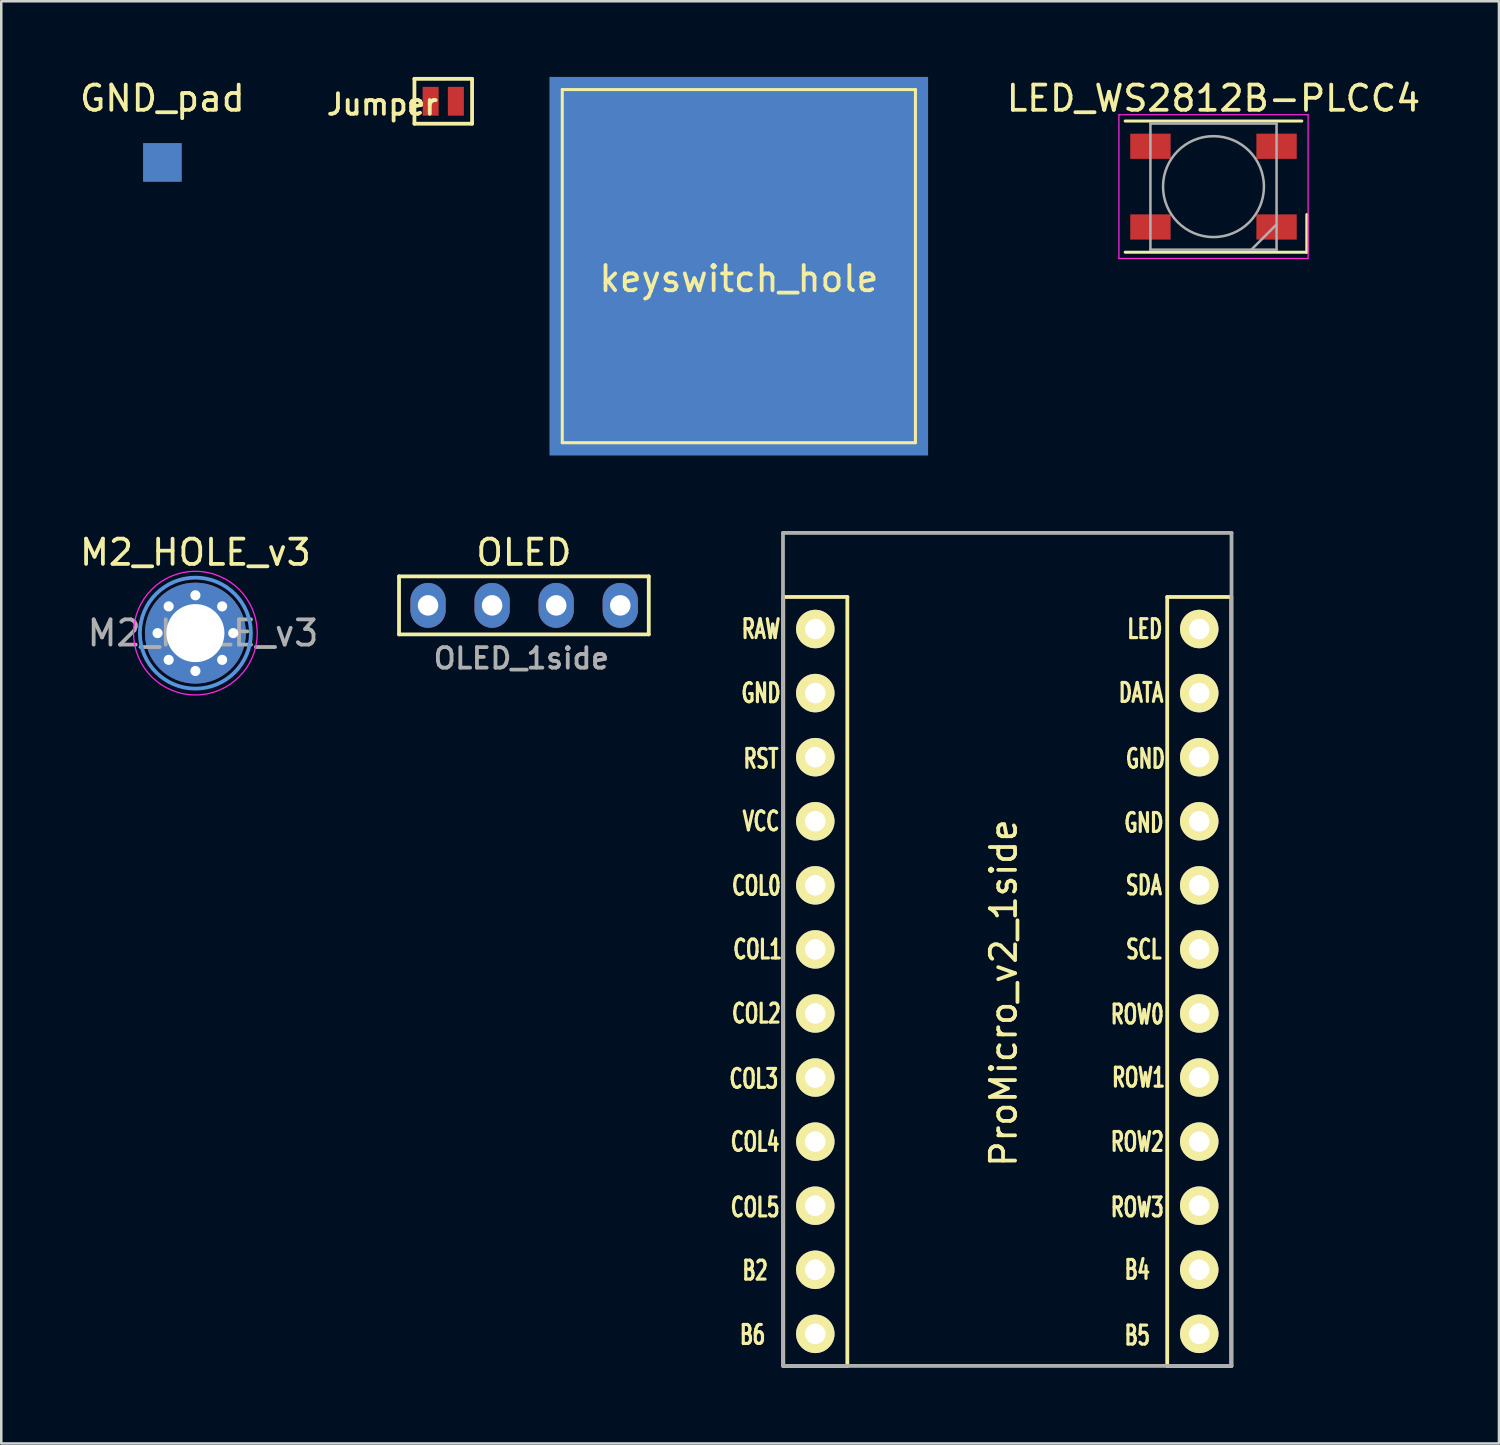
<source format=kicad_pcb>
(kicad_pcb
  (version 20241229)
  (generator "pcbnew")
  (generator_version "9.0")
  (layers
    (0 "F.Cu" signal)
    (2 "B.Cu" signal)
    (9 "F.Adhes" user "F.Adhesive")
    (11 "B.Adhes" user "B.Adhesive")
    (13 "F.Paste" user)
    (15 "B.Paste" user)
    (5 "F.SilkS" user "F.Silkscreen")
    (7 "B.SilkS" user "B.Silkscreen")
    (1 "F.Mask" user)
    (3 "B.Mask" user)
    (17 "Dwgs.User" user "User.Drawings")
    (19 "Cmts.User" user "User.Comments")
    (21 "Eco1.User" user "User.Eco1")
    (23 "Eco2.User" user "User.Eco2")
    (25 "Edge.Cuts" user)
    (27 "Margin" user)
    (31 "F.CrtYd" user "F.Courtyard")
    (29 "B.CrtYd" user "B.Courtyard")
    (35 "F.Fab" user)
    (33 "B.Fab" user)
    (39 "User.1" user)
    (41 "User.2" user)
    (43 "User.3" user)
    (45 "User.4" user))
  (footprint "keyswitch_hole"
    (layer "F.Cu")
    (at 26.239 7.5)
    (property "Reference" "keyswitch_hole" (at 0 0.5 0) (layer "F.SilkS") (effects (font (size 1 1) (thickness 0.15))))
    (attr through_hole)
    (fp_line (start -7 -7) (end -7 7) (stroke (width 0.12) (type solid)) (layer "F.SilkS"))
    (fp_line (start -7 -7) (end 7 -7) (stroke (width 0.12) (type solid)) (layer "F.SilkS"))
    (fp_line (start 7 7) (end -7 7) (stroke (width 0.12) (type solid)) (layer "F.SilkS"))
    (fp_line (start 7 7) (end 7 -7) (stroke (width 0.12) (type solid)) (layer "F.SilkS"))
    (pad "1" smd rect (at 0 0) (size 15 15) (layers "F.Cu" "F.Mask" "F.Paste"))
    (pad "2" smd rect (at 0 0) (size 15 15) (layers "B.Cu" "B.Mask" "B.Paste")))
  (footprint "GND_pad"
    (layer "F.Cu")
    (at 3.387 3.388)
    (property "Reference" "GND_pad" (at 0 -2.54 0) (layer "F.SilkS") (effects (font (size 1 1) (thickness 0.15))))
    (attr through_hole)
    (pad "1" smd rect (at 0 0) (size 1.524 1.524) (layers "F.Cu" "F.Mask" "F.Paste"))
    (pad "3" smd rect (at 0 0) (size 1.524 1.524) (layers "B.Cu" "B.Mask" "B.Paste")))
  (footprint "LED_WS2812B-PLCC4"
    (layer "F.Cu")
    (at 45.054 4.348)
    (property "Reference" "LED_WS2812B-PLCC4" (at 0 -3.5 0) (layer "F.SilkS") (effects (font (size 1 1) (thickness 0.15))))
    (attr smd)
    (fp_line (start -3.5 -2.6) (end 3.5 -2.6) (stroke (width 0.12) (type solid)) (layer "F.SilkS"))
    (fp_line (start -3.5 2.6) (end 3.7 2.6) (stroke (width 0.12) (type solid)) (layer "F.SilkS"))
    (fp_line (start 3.7 2.6) (end 3.7 1.107) (stroke (width 0.12) (type solid)) (layer "F.SilkS"))
    (fp_line (start -3.75 -2.85) (end -3.75 2.85) (stroke (width 0.05) (type solid)) (layer "F.CrtYd"))
    (fp_line (start -3.75 2.85) (end 3.75 2.85) (stroke (width 0.05) (type solid)) (layer "F.CrtYd"))
    (fp_line (start 3.75 -2.85) (end -3.75 -2.85) (stroke (width 0.05) (type solid)) (layer "F.CrtYd"))
    (fp_line (start 3.75 2.85) (end 3.75 -2.85) (stroke (width 0.05) (type solid)) (layer "F.CrtYd"))
    (fp_line (start -2.5 -2.5) (end -2.5 2.5) (stroke (width 0.1) (type solid)) (layer "F.Fab"))
    (fp_line (start -2.5 2.5) (end 2.5 2.5) (stroke (width 0.1) (type solid)) (layer "F.Fab"))
    (fp_line (start 2.5 -2.5) (end -2.5 -2.5) (stroke (width 0.1) (type solid)) (layer "F.Fab"))
    (fp_line (start 2.5 1.5) (end 1.5 2.5) (stroke (width 0.1) (type solid)) (layer "F.Fab"))
    (fp_line (start 2.5 2.5) (end 2.5 -2.5) (stroke (width 0.1) (type solid)) (layer "F.Fab"))
    (fp_circle (center 0 0) (end 0 -2) (stroke (width 0.1) (type solid)) (fill no) (layer "F.Fab"))
    (pad "1" smd rect (at -2.5 -1.6) (size 1.6 1) (layers "F.Cu" "F.Mask" "F.Paste"))
    (pad "2" smd rect (at -2.5 1.6) (size 1.6 1) (layers "F.Cu" "F.Mask" "F.Paste"))
    (pad "3" smd rect (at 2.5 1.6) (size 1.6 1) (layers "F.Cu" "F.Mask" "F.Paste"))
    (pad "4" smd rect (at 2.5 -1.6) (size 1.6 1) (layers "F.Cu" "F.Mask" "F.Paste")))
  (footprint "Jumper"
    (layer "F.Cu")
    (at 14.521 0.964)
    (property "Reference" "Jumper" (at -2.413 0.127 0) (layer "F.SilkS") (effects (font (size 0.813 0.813) (thickness 0.152))))
    (attr smd)
    (fp_line (start -1.143 -0.889) (end 1.143 -0.889) (stroke (width 0.15) (type solid)) (layer "F.SilkS"))
    (fp_line (start -1.143 0.889) (end -1.143 -0.889) (stroke (width 0.15) (type solid)) (layer "F.SilkS"))
    (fp_line (start 1.143 -0.889) (end 1.143 0.889) (stroke (width 0.15) (type solid)) (layer "F.SilkS"))
    (fp_line (start 1.143 0.889) (end -1.143 0.889) (stroke (width 0.15) (type solid)) (layer "F.SilkS"))
    (pad "1" smd rect (at -0.5 0) (size 0.635 1.143) (layers "F.Cu" "F.Mask" "F.Paste"))
    (pad "2" smd rect (at 0.5 0) (size 0.635 1.143) (layers "F.Cu" "F.Mask" "F.Paste")))
  (footprint "OLED_1side"
    (layer "F.Cu")
    (at 13.918 20.948)
    (property "Reference" "OLED_1side" (at 3.7 2.1 180) (layer "F.Fab") (effects (font (size 0.813 0.813) (thickness 0.15))))
    (attr through_hole)
    (fp_line (start -1.15 -1.15) (end 8.75 -1.15) (stroke (width 0.15) (type solid)) (layer "F.SilkS"))
    (fp_line (start -1.15 1.15) (end -1.15 -1.15) (stroke (width 0.15) (type solid)) (layer "F.SilkS"))
    (fp_line (start -1.15 1.15) (end 8.75 1.15) (stroke (width 0.15) (type solid)) (layer "F.SilkS"))
    (fp_line (start 8.75 -1.15) (end 8.75 1.15) (stroke (width 0.15) (type solid)) (layer "F.SilkS"))
    (fp_text user "OLED" (at 3.8 -2.1 0) (layer "F.SilkS") (effects (font (size 1 1) (thickness 0.15))))
    (pad "1" thru_hole oval (at 0 0) (size 1.397 1.778) (drill 0.813) (layers "*.Cu" "B.Mask"))
    (pad "2" thru_hole oval (at 2.54 0) (size 1.397 1.778) (drill 0.813) (layers "*.Cu" "B.Mask"))
    (pad "3" thru_hole oval (at 5.08 0) (size 1.397 1.778) (drill 0.813) (layers "*.Cu" "B.Mask"))
    (pad "4" thru_hole oval (at 7.62 0) (size 1.397 1.778) (drill 0.813) (layers "*.Cu" "B.Mask")))
  (footprint "M2_HOLE_v3"
    (layer "F.Cu")
    (at 4.696 22.048)
    (property "Reference" "M2_HOLE_v3" (at 0 -3.2 0) (layer "F.SilkS") (effects (font (size 1 1) (thickness 0.15))))
    (attr exclude_from_pos_files exclude_from_bom)
    (fp_circle (center 0 0) (end 2.2 0) (stroke (width 0.15) (type solid)) (fill no) (layer "Cmts.User"))
    (fp_circle (center 0 0) (end 2.45 0) (stroke (width 0.05) (type solid)) (fill no) (layer "F.CrtYd"))
    (fp_text user "${REFERENCE}" (at 0.3 0 0) (layer "F.Fab") (effects (font (size 1 1) (thickness 0.15))))
    (pad "1" thru_hole circle (at -1.5 0) (size 0.5 0.5) (drill 0.4) (layers "*.Cu" "*.Mask"))
    (pad "1" thru_hole circle (at -1.06 -1.06) (size 0.5 0.5) (drill 0.4) (layers "*.Cu" "*.Mask"))
    (pad "1" thru_hole circle (at -1.06 1.06) (size 0.5 0.5) (drill 0.4) (layers "*.Cu" "*.Mask"))
    (pad "1" thru_hole circle (at 0 -1.5) (size 0.5 0.5) (drill 0.4) (layers "*.Cu" "*.Mask"))
    (pad "1" thru_hole circle (at 0 0) (size 4 4) (drill 2.3) (layers "*.Cu" "*.Mask"))
    (pad "1" thru_hole circle (at 0 1.5) (size 0.5 0.5) (drill 0.4) (layers "*.Cu" "*.Mask"))
    (pad "1" thru_hole circle (at 1.06 -1.06) (size 0.5 0.5) (drill 0.4) (layers "*.Cu" "*.Mask"))
    (pad "1" thru_hole circle (at 1.06 1.06) (size 0.5 0.5) (drill 0.4) (layers "*.Cu" "*.Mask"))
    (pad "1" thru_hole circle (at 1.5 0) (size 0.5 0.5) (drill 0.4) (layers "*.Cu" "*.Mask")))
  (footprint "ProMicro_v2_1side"
    (layer "F.Cu")
    (at 36.833 36.363)
    (property "Reference" "ProMicro_v2_1side" (at -0.1 -0.05 270) (layer "F.SilkS") (effects (font (size 1 1) (thickness 0.15))))
    (attr through_hole)
    (fp_line (start -8.834 -15.748) (end -6.294 -15.748) (stroke (width 0.15) (type solid)) (layer "F.SilkS"))
    (fp_line (start -8.834 14.732) (end -8.834 -15.748) (stroke (width 0.15) (type solid)) (layer "F.SilkS"))
    (fp_line (start -6.294 -15.748) (end -6.294 14.732) (stroke (width 0.15) (type solid)) (layer "F.SilkS"))
    (fp_line (start -6.294 14.732) (end -8.834 14.732) (stroke (width 0.15) (type solid)) (layer "F.SilkS"))
    (fp_line (start 6.386 -15.748) (end 8.926 -15.748) (stroke (width 0.15) (type solid)) (layer "F.SilkS"))
    (fp_line (start 6.386 14.732) (end 6.386 -15.748) (stroke (width 0.15) (type solid)) (layer "F.SilkS"))
    (fp_line (start 8.926 -15.748) (end 8.926 14.732) (stroke (width 0.15) (type solid)) (layer "F.SilkS"))
    (fp_line (start 8.926 14.732) (end 6.386 14.732) (stroke (width 0.15) (type solid)) (layer "F.SilkS"))
    (fp_line (start -8.845 -18.288) (end 8.935 -18.288) (stroke (width 0.15) (type solid)) (layer "F.Fab"))
    (fp_line (start -8.845 14.732) (end -8.845 -18.288) (stroke (width 0.15) (type solid)) (layer "F.Fab"))
    (fp_line (start 8.935 -18.288) (end 8.935 14.732) (stroke (width 0.15) (type solid)) (layer "F.Fab"))
    (fp_line (start 8.935 14.732) (end -8.845 14.732) (stroke (width 0.15) (type solid)) (layer "F.Fab"))
    (fp_text user "SDA" (at 5.461 -4.318 0) (layer "F.SilkS") (effects (font (size 0.75 0.5) (thickness 0.125))))
    (fp_text user "LED" (at 5.5 -14.478 0) (layer "F.SilkS") (effects (font (size 0.75 0.5) (thickness 0.125))))
    (fp_text user "COL1" (at -9.85 -1.778 0) (layer "F.SilkS") (effects (font (size 0.75 0.5) (thickness 0.125))))
    (fp_text user "ROW3" (at 5.2 8.445 0) (layer "F.SilkS") (effects (font (size 0.75 0.5) (thickness 0.125))))
    (fp_text user "COL0" (at -9.9 -4.3 0) (layer "F.SilkS") (effects (font (size 0.75 0.5) (thickness 0.125))))
    (fp_text user "COL2" (at -9.9 0.762 0) (layer "F.SilkS") (effects (font (size 0.75 0.5) (thickness 0.125))))
    (fp_text user "B4" (at 5.2 10.922 0) (layer "F.SilkS") (effects (font (size 0.75 0.5) (thickness 0.125))))
    (fp_text user "RST" (at -9.716 -9.335 0) (layer "F.SilkS") (effects (font (size 0.75 0.5) (thickness 0.125))))
    (fp_text user "COL5" (at -9.95 8.445 0) (layer "F.SilkS") (effects (font (size 0.75 0.5) (thickness 0.125))))
    (fp_text user "ROW0" (at 5.2 0.8 0) (layer "F.SilkS") (effects (font (size 0.75 0.5) (thickness 0.125))))
    (fp_text user "GND" (at 5.524 -9.335 0) (layer "F.SilkS") (effects (font (size 0.75 0.5) (thickness 0.125))))
    (fp_text user "B2" (at -9.95 10.95 0) (layer "F.SilkS") (effects (font (size 0.75 0.5) (thickness 0.125))))
    (fp_text user "ROW1" (at 5.25 3.302 0) (layer "F.SilkS") (effects (font (size 0.75 0.5) (thickness 0.125))))
    (fp_text user "DATA" (at 5.35 -11.95 0) (layer "F.SilkS") (effects (font (size 0.75 0.5) (thickness 0.125))))
    (fp_text user "COL3" (at -10 3.35 0) (layer "F.SilkS") (effects (font (size 0.75 0.5) (thickness 0.125))))
    (fp_text user "ROW2" (at 5.2 5.85 0) (layer "F.SilkS") (effects (font (size 0.75 0.5) (thickness 0.125))))
    (fp_text user "GND" (at -9.716 -11.938 0) (layer "F.SilkS") (effects (font (size 0.75 0.5) (thickness 0.125))))
    (fp_text user "B6" (at -10.05 13.5 0) (layer "F.SilkS") (effects (font (size 0.75 0.5) (thickness 0.125))))
    (fp_text user "VCC" (at -9.716 -6.858 0) (layer "F.SilkS") (effects (font (size 0.75 0.5) (thickness 0.125))))
    (fp_text user "GND" (at 5.461 -6.795 0) (layer "F.SilkS") (effects (font (size 0.75 0.5) (thickness 0.125))))
    (fp_text user "" (at -0.5 -17.25 0) (layer "F.SilkS") (effects (font (size 1 1) (thickness 0.15))))
    (fp_text user "RAW" (at -9.716 -14.478 0) (layer "F.SilkS") (effects (font (size 0.75 0.5) (thickness 0.125))))
    (fp_text user "SCL" (at 5.461 -1.778 0) (layer "F.SilkS") (effects (font (size 0.75 0.5) (thickness 0.125))))
    (fp_text user "COL4" (at -9.95 5.85 0) (layer "F.SilkS") (effects (font (size 0.75 0.5) (thickness 0.125))))
    (fp_text user "B5" (at 5.2 13.525 0) (layer "F.SilkS") (effects (font (size 0.75 0.5) (thickness 0.125))))
    (fp_text user "" (at -1.206 -16.256 0) (layer "B.SilkS") (effects (font (size 1 1) (thickness 0.15)) (justify mirror)))
    (pad "1" thru_hole circle (at 7.656 -14.478) (size 1.524 1.524) (drill 0.813) (layers "*.Cu" "B.Mask" "F.SilkS"))
    (pad "2" thru_hole circle (at 7.656 -11.938) (size 1.524 1.524) (drill 0.813) (layers "*.Cu" "B.Mask" "F.SilkS"))
    (pad "3" thru_hole circle (at 7.656 -9.398) (size 1.524 1.524) (drill 0.813) (layers "*.Cu" "B.Mask" "F.SilkS"))
    (pad "4" thru_hole circle (at 7.656 -6.858) (size 1.524 1.524) (drill 0.813) (layers "*.Cu" "B.Mask" "F.SilkS"))
    (pad "5" thru_hole circle (at 7.656 -4.318) (size 1.524 1.524) (drill 0.813) (layers "*.Cu" "B.Mask" "F.SilkS"))
    (pad "6" thru_hole circle (at 7.656 -1.778) (size 1.524 1.524) (drill 0.813) (layers "*.Cu" "B.Mask" "F.SilkS"))
    (pad "7" thru_hole circle (at 7.656 0.762) (size 1.524 1.524) (drill 0.813) (layers "*.Cu" "B.Mask" "F.SilkS"))
    (pad "8" thru_hole circle (at 7.656 3.302) (size 1.524 1.524) (drill 0.813) (layers "*.Cu" "B.Mask" "F.SilkS"))
    (pad "9" thru_hole circle (at 7.656 5.842) (size 1.524 1.524) (drill 0.813) (layers "*.Cu" "B.Mask" "F.SilkS"))
    (pad "10" thru_hole circle (at 7.656 8.382) (size 1.524 1.524) (drill 0.813) (layers "*.Cu" "B.Mask" "F.SilkS"))
    (pad "11" thru_hole circle (at 7.656 10.922) (size 1.524 1.524) (drill 0.813) (layers "*.Cu" "B.Mask" "F.SilkS"))
    (pad "12" thru_hole circle (at 7.656 13.462) (size 1.524 1.524) (drill 0.813) (layers "*.Cu" "B.Mask" "F.SilkS"))
    (pad "13" thru_hole circle (at -7.564 13.462) (size 1.524 1.524) (drill 0.813) (layers "*.Cu" "B.Mask" "F.SilkS"))
    (pad "14" thru_hole circle (at -7.564 10.922) (size 1.524 1.524) (drill 0.813) (layers "*.Cu" "B.Mask" "F.SilkS"))
    (pad "15" thru_hole circle (at -7.564 8.382) (size 1.524 1.524) (drill 0.813) (layers "*.Cu" "B.Mask" "F.SilkS"))
    (pad "16" thru_hole circle (at -7.564 5.842) (size 1.524 1.524) (drill 0.813) (layers "*.Cu" "B.Mask" "F.SilkS"))
    (pad "17" thru_hole circle (at -7.564 3.302) (size 1.524 1.524) (drill 0.813) (layers "*.Cu" "B.Mask" "F.SilkS"))
    (pad "18" thru_hole circle (at -7.564 0.762) (size 1.524 1.524) (drill 0.813) (layers "*.Cu" "B.Mask" "F.SilkS"))
    (pad "19" thru_hole circle (at -7.564 -1.778) (size 1.524 1.524) (drill 0.813) (layers "*.Cu" "B.Mask" "F.SilkS"))
    (pad "20" thru_hole circle (at -7.564 -4.318) (size 1.524 1.524) (drill 0.813) (layers "*.Cu" "B.Mask" "F.SilkS"))
    (pad "21" thru_hole circle (at -7.564 -6.858) (size 1.524 1.524) (drill 0.813) (layers "*.Cu" "B.Mask" "F.SilkS"))
    (pad "22" thru_hole circle (at -7.564 -9.398) (size 1.524 1.524) (drill 0.813) (layers "*.Cu" "B.Mask" "F.SilkS"))
    (pad "23" thru_hole circle (at -7.564 -11.938) (size 1.524 1.524) (drill 0.813) (layers "*.Cu" "B.Mask" "F.SilkS"))
    (pad "24" thru_hole circle (at -7.564 -14.478) (size 1.524 1.524) (drill 0.813) (layers "*.Cu" "B.Mask" "F.SilkS")))
  (gr_rect
    (start -3 -3)
    (end 56.37 54.17)
    (stroke (width 0.1) (type default))
    (fill no)
    (layer "Edge.Cuts")))
</source>
